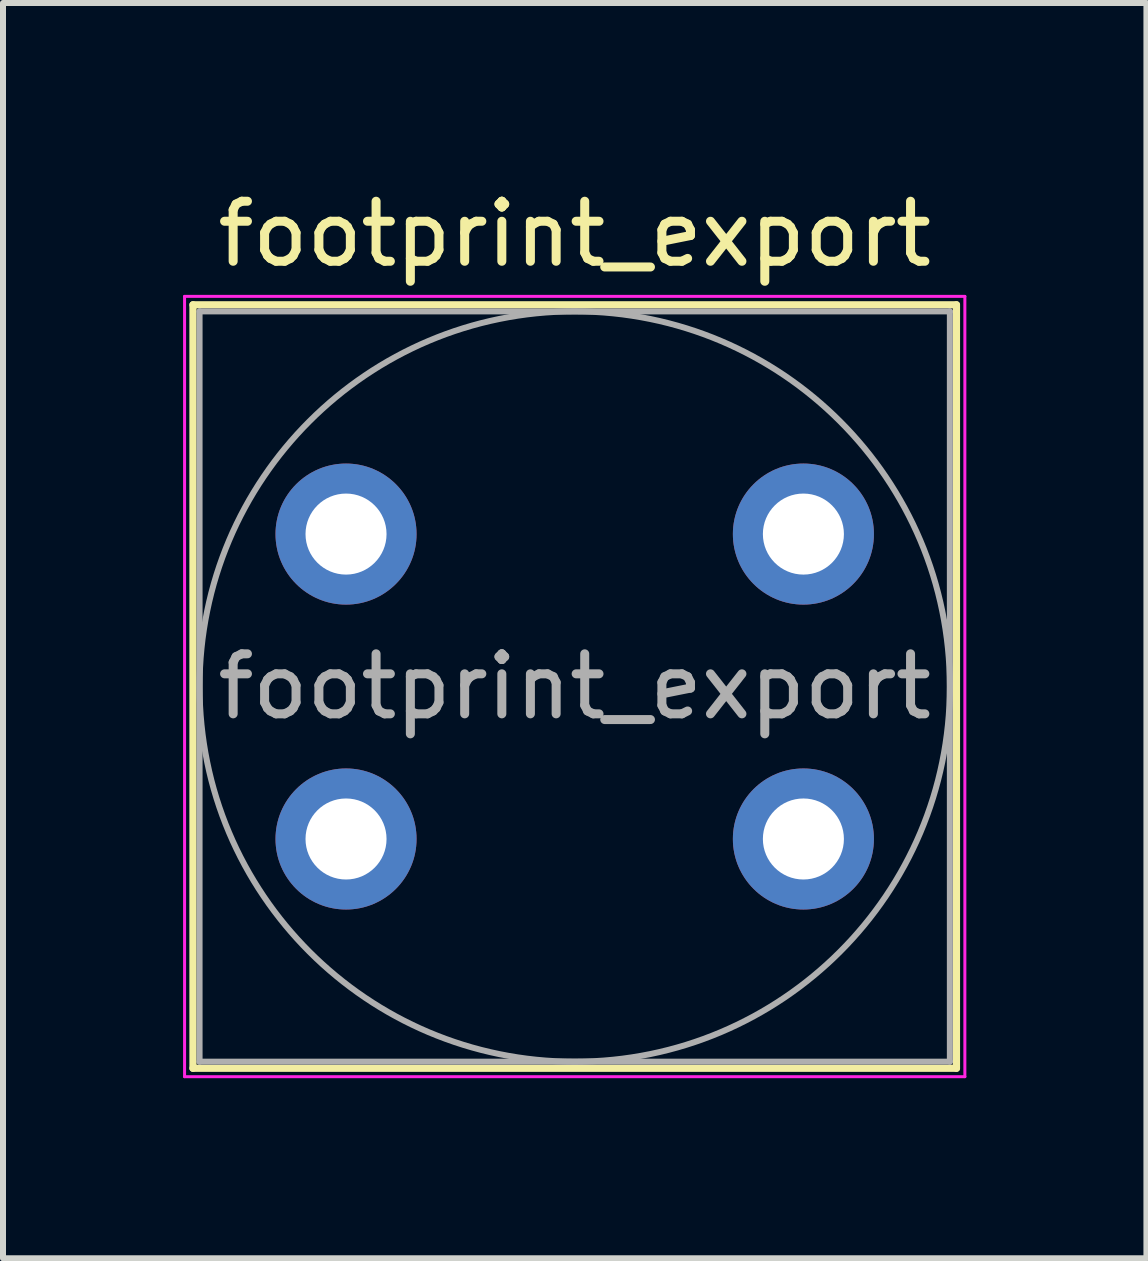
<source format=kicad_pcb>
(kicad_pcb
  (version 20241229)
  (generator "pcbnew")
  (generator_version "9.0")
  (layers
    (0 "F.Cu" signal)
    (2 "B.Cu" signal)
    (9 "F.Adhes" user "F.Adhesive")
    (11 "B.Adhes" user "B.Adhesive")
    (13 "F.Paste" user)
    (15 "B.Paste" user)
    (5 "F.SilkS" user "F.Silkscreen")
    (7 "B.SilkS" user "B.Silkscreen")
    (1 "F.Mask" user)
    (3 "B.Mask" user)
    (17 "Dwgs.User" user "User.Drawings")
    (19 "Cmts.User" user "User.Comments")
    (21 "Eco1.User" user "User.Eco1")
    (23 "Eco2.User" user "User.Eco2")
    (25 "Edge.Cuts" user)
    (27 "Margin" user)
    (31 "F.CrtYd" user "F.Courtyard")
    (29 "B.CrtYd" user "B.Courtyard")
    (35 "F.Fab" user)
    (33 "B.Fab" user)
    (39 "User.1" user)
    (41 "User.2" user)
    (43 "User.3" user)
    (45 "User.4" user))
  (footprint "footprint_export"
    (layer "F.Cu")
    (at 2.715 5.848)
    (property "Reference" "footprint_export" (at 3.81 -5 0) (layer "F.SilkS") (effects (font (size 1 1) (thickness 0.15))))
    (attr through_hole)
    (fp_line (start -2.55 -3.82) (end 10.17 -3.82) (stroke (width 0.12) (type solid)) (layer "F.SilkS"))
    (fp_line (start -2.55 8.9) (end -2.55 -3.82) (stroke (width 0.12) (type solid)) (layer "F.SilkS"))
    (fp_line (start 10.17 -3.82) (end 10.17 8.9) (stroke (width 0.12) (type solid)) (layer "F.SilkS"))
    (fp_line (start 10.17 8.9) (end -2.55 8.9) (stroke (width 0.12) (type solid)) (layer "F.SilkS"))
    (fp_line (start -2.69 -3.96) (end 10.31 -3.96) (stroke (width 0.05) (type solid)) (layer "F.CrtYd"))
    (fp_line (start -2.69 9.04) (end -2.69 -3.96) (stroke (width 0.05) (type solid)) (layer "F.CrtYd"))
    (fp_line (start 10.31 -3.96) (end 10.31 9.04) (stroke (width 0.05) (type solid)) (layer "F.CrtYd"))
    (fp_line (start 10.31 9.04) (end -2.69 9.04) (stroke (width 0.05) (type solid)) (layer "F.CrtYd"))
    (fp_line (start -2.44 -3.71) (end 10.06 -3.71) (stroke (width 0.1) (type solid)) (layer "F.Fab"))
    (fp_line (start -2.44 8.79) (end -2.44 -3.71) (stroke (width 0.1) (type solid)) (layer "F.Fab"))
    (fp_line (start 10.06 -3.71) (end 10.06 8.79) (stroke (width 0.1) (type solid)) (layer "F.Fab"))
    (fp_line (start 10.06 8.79) (end -2.44 8.79) (stroke (width 0.1) (type solid)) (layer "F.Fab"))
    (fp_circle (center 3.81 2.54) (end 10.06 2.54) (stroke (width 0.1) (type solid)) (fill no) (layer "F.Fab"))
    (fp_text user "${REFERENCE}" (at 3.81 2.54 0) (layer "F.Fab") (effects (font (size 1 1) (thickness 0.15))))
    (pad "1" thru_hole circle (at 0 0) (size 2.35 2.35) (drill 1.35) (layers "*.Cu" "*.Mask"))
    (pad "1" thru_hole circle (at 0 5.08) (size 2.35 2.35) (drill 1.35) (layers "*.Cu" "*.Mask"))
    (pad "2" thru_hole circle (at 7.62 0) (size 2.35 2.35) (drill 1.35) (layers "*.Cu" "*.Mask"))
    (pad "2" thru_hole circle (at 7.62 5.08) (size 2.35 2.35) (drill 1.35) (layers "*.Cu" "*.Mask")))
  (gr_rect
    (start -3 -3)
    (end 16.05 17.913)
    (stroke (width 0.1) (type default))
    (fill no)
    (layer "Edge.Cuts")))
</source>
